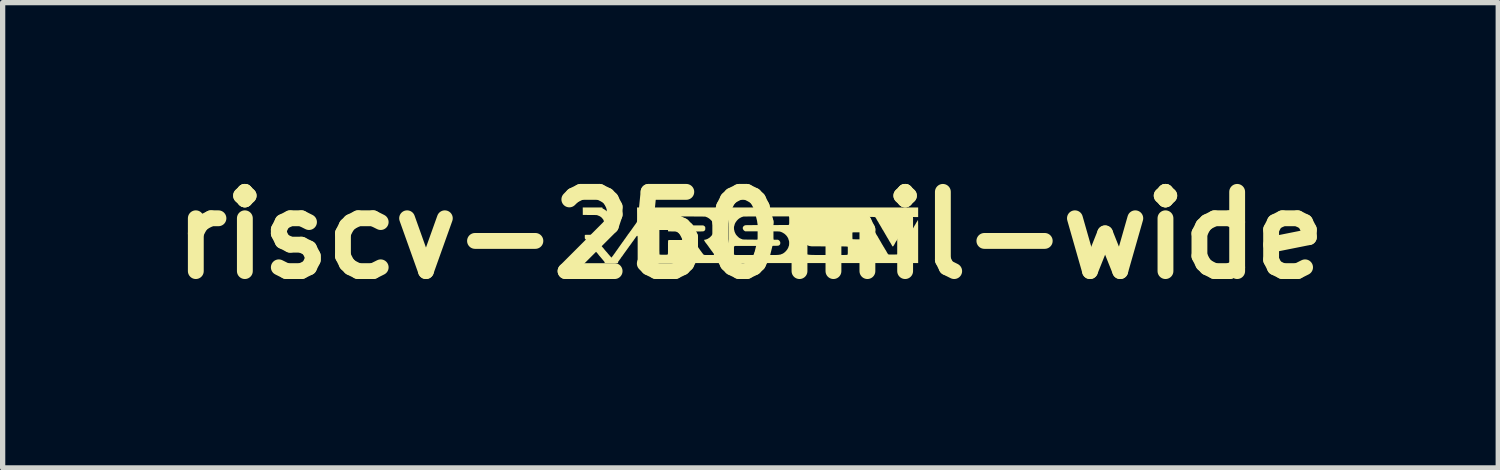
<source format=kicad_pcb>
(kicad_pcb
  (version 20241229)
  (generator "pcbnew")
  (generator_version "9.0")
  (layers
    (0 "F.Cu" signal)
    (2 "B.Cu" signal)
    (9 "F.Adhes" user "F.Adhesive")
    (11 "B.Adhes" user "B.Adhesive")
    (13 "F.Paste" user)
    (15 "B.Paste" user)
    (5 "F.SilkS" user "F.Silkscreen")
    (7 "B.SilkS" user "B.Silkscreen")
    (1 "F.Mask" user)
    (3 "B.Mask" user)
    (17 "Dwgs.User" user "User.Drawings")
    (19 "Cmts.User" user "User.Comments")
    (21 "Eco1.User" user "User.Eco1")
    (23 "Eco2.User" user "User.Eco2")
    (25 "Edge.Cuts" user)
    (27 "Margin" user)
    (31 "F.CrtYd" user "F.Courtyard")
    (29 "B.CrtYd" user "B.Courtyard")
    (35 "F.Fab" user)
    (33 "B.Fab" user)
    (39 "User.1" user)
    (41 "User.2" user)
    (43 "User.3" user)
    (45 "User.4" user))
  (footprint "riscv-250mil-wide"
    (layer "F.Cu")
    (at 11.157 1.404)
    (property "Reference" "riscv-250mil-wide" (at 0 0 0) (layer "F.SilkS") (effects (font (size 1.5 1.5) (thickness 0.3))))
    (attr board_only exclude_from_pos_files exclude_from_bom)
    (fp_poly (pts (xy -0.882 -0.18) (xy -0.87 -0.172) (xy -0.862 -0.165) (xy -0.857 -0.156) (xy -0.855 -0.145) (xy -0.855 -0.131) (xy -0.855 -0.119) (xy -0.856 -0.11) (xy -0.857 -0.104) (xy -0.86 -0.099) (xy -0.865 -0.093) (xy -0.867 -0.09) (xy -0.869 -0.087) (xy -0.872 -0.084) (xy -0.874 -0.082) (xy -0.877 -0.08) (xy -0.881 -0.078) (xy -0.886 -0.077) (xy -0.893 -0.075) (xy -0.902 -0.074) (xy -0.913 -0.073) (xy -0.927 -0.073) (xy -0.944 -0.072) (xy -0.964 -0.072) (xy -0.987 -0.072) (xy -1.015 -0.071) (xy -1.047 -0.071) (xy -1.083 -0.071) (xy -1.124 -0.071) (xy -1.171 -0.071) (xy -1.223 -0.071) (xy -1.224 -0.071) (xy -1.268 -0.071) (xy -1.31 -0.071) (xy -1.35 -0.072) (xy -1.388 -0.072) (xy -1.423 -0.072) (xy -1.454 -0.072) (xy -1.483 -0.072) (xy -1.507 -0.073) (xy -1.527 -0.073) (xy -1.542 -0.073) (xy -1.552 -0.073) (xy -1.557 -0.074) (xy -1.557 -0.074) (xy -1.559 -0.076) (xy -1.56 -0.082) (xy -1.56 -0.091) (xy -1.561 -0.105) (xy -1.561 -0.125) (xy -1.561 -0.129) (xy -1.561 -0.146) (xy -1.561 -0.161) (xy -1.56 -0.173) (xy -1.56 -0.181) (xy -1.559 -0.184) (xy -1.556 -0.185) (xy -1.547 -0.185) (xy -1.532 -0.186) (xy -1.511 -0.186) (xy -1.485 -0.186) (xy -1.453 -0.187) (xy -1.416 -0.187) (xy -1.373 -0.187) (xy -1.325 -0.187) (xy -1.272 -0.187) (xy -1.226 -0.187) (xy -0.894 -0.187)) (stroke (width 0) (type solid)) (fill yes) (layer "F.SilkS"))
    (fp_poly (pts (xy -2.803 -0.519) (xy -2.801 -0.511) (xy -2.793 -0.504) (xy -2.786 -0.501) (xy -2.775 -0.495) (xy -2.761 -0.487) (xy -2.746 -0.476) (xy -2.73 -0.463) (xy -2.714 -0.45) (xy -2.699 -0.437) (xy -2.688 -0.425) (xy -2.68 -0.415) (xy -2.658 -0.38) (xy -2.641 -0.346) (xy -2.627 -0.311) (xy -2.618 -0.276) (xy -2.613 -0.241) (xy -2.612 -0.229) (xy -2.611 -0.214) (xy -2.612 -0.197) (xy -2.612 -0.18) (xy -2.613 -0.164) (xy -2.614 -0.149) (xy -2.615 -0.139) (xy -2.617 -0.134) (xy -2.619 -0.127) (xy -2.621 -0.117) (xy -2.623 -0.105) (xy -2.624 -0.105) (xy -2.626 -0.092) (xy -2.63 -0.081) (xy -2.633 -0.073) (xy -2.634 -0.073) (xy -2.638 -0.065) (xy -2.641 -0.057) (xy -2.641 -0.057) (xy -2.644 -0.051) (xy -2.649 -0.041) (xy -2.655 -0.029) (xy -2.662 -0.017) (xy -2.669 -0.006) (xy -2.674 0.001) (xy -2.679 0.007) (xy -2.687 0.016) (xy -2.698 0.027) (xy -2.709 0.038) (xy -2.719 0.048) (xy -2.728 0.056) (xy -2.731 0.059) (xy -2.749 0.071) (xy -2.769 0.084) (xy -2.792 0.096) (xy -2.816 0.107) (xy -2.838 0.116) (xy -2.858 0.122) (xy -2.867 0.123) (xy -2.874 0.125) (xy -2.878 0.127) (xy -2.878 0.128) (xy -2.876 0.133) (xy -2.872 0.141) (xy -2.865 0.151) (xy -2.858 0.16) (xy -2.855 0.164) (xy -2.845 0.174) (xy -2.833 0.188) (xy -2.819 0.205) (xy -2.804 0.222) (xy -2.79 0.238) (xy -2.777 0.253) (xy -2.77 0.262) (xy -2.759 0.276) (xy -2.746 0.291) (xy -2.734 0.305) (xy -2.73 0.31) (xy -2.72 0.32) (xy -2.709 0.333) (xy -2.698 0.347) (xy -2.686 0.361) (xy -2.675 0.373) (xy -2.666 0.384) (xy -2.659 0.392) (xy -2.658 0.393) (xy -2.653 0.399) (xy -2.646 0.406) (xy -2.644 0.409) (xy -2.638 0.416) (xy -2.634 0.421) (xy -2.634 0.423) (xy -2.632 0.422) (xy -2.628 0.418) (xy -2.621 0.41) (xy -2.614 0.4) (xy -2.605 0.389) (xy -2.597 0.379) (xy -2.588 0.365) (xy -2.581 0.355) (xy -2.575 0.348) (xy -2.571 0.342) (xy -2.567 0.338) (xy -2.561 0.33) (xy -2.558 0.324) (xy -2.555 0.319) (xy -2.549 0.31) (xy -2.541 0.299) (xy -2.532 0.287) (xy -2.53 0.285) (xy -2.521 0.272) (xy -2.513 0.26) (xy -2.506 0.251) (xy -2.502 0.245) (xy -2.502 0.245) (xy -2.498 0.238) (xy -2.491 0.229) (xy -2.485 0.22) (xy -2.478 0.21) (xy -2.47 0.2) (xy -2.466 0.193) (xy -2.459 0.184) (xy -2.453 0.175) (xy -2.452 0.174) (xy -2.447 0.166) (xy -2.44 0.157) (xy -2.432 0.146) (xy -2.432 0.145) (xy -2.425 0.135) (xy -2.419 0.127) (xy -2.414 0.122) (xy -2.414 0.121) (xy -2.41 0.116) (xy -2.404 0.108) (xy -2.402 0.104) (xy -2.396 0.095) (xy -2.388 0.084) (xy -2.383 0.076) (xy -2.375 0.066) (xy -2.366 0.054) (xy -2.357 0.041) (xy -2.356 0.038) (xy -2.348 0.027) (xy -2.341 0.018) (xy -2.336 0.011) (xy -2.334 0.009) (xy -2.33 0.004) (xy -2.328 -0.001) (xy -2.326 -0.005) (xy -2.321 -0.012) (xy -2.315 -0.02) (xy -1.724 -0.02) (xy -1.724 0.006) (xy -1.724 0.06) (xy -1.724 0.108) (xy -1.724 0.151) (xy -1.724 0.189) (xy -1.724 0.222) (xy -1.724 0.251) (xy -1.724 0.276) (xy -1.724 0.297) (xy -1.723 0.314) (xy -1.723 0.328) (xy -1.723 0.34) (xy -1.722 0.348) (xy -1.722 0.355) (xy -1.721 0.359) (xy -1.721 0.362) (xy -1.72 0.364) (xy -1.72 0.365) (xy -1.715 0.366) (xy -1.704 0.367) (xy -1.687 0.368) (xy -1.664 0.368) (xy -1.647 0.368) (xy -1.623 0.368) (xy -1.605 0.368) (xy -1.59 0.368) (xy -1.58 0.367) (xy -1.573 0.365) (xy -1.568 0.363) (xy -1.565 0.361) (xy -1.563 0.359) (xy -1.563 0.355) (xy -1.562 0.346) (xy -1.562 0.332) (xy -1.561 0.315) (xy -1.561 0.294) (xy -1.561 0.27) (xy -1.561 0.244) (xy -1.561 0.227) (xy -1.561 0.196) (xy -1.561 0.171) (xy -1.561 0.15) (xy -1.56 0.133) (xy -1.56 0.121) (xy -1.56 0.111) (xy -1.559 0.105) (xy -1.558 0.1) (xy -1.557 0.097) (xy -1.556 0.095) (xy -1.555 0.094) (xy -1.554 0.093) (xy -1.552 0.092) (xy -1.548 0.092) (xy -1.543 0.091) (xy -1.536 0.09) (xy -1.527 0.09) (xy -1.515 0.09) (xy -1.499 0.089) (xy -1.48 0.089) (xy -1.457 0.089) (xy -1.429 0.089) (xy -1.397 0.089) (xy -1.36 0.089) (xy -1.326 0.089) (xy -1.29 0.089) (xy -1.256 0.089) (xy -1.224 0.089) (xy -1.194 0.09) (xy -1.167 0.09) (xy -1.144 0.09) (xy -1.125 0.091) (xy -1.11 0.091) (xy -1.101 0.091) (xy -1.096 0.092) (xy -1.096 0.092) (xy -1.09 0.096) (xy -1.083 0.102) (xy -1.081 0.104) (xy -1.075 0.112) (xy -1.068 0.122) (xy -1.059 0.133) (xy -1.051 0.144) (xy -1.043 0.155) (xy -1.037 0.163) (xy -1.033 0.169) (xy -1.032 0.171) (xy -1.03 0.174) (xy -1.026 0.18) (xy -1.02 0.188) (xy -1.014 0.195) (xy -1.009 0.201) (xy -1.009 0.202) (xy -1.005 0.206) (xy -1.005 0.208) (xy -1.004 0.21) (xy -1.001 0.215) (xy -0.995 0.222) (xy -0.986 0.232) (xy -0.986 0.233) (xy -0.982 0.238) (xy -0.981 0.24) (xy -0.979 0.244) (xy -0.975 0.25) (xy -0.972 0.253) (xy -0.967 0.259) (xy -0.964 0.264) (xy -0.963 0.265) (xy -0.961 0.269) (xy -0.956 0.276) (xy -0.949 0.286) (xy -0.941 0.296) (xy -0.937 0.301) (xy -0.932 0.308) (xy -0.931 0.31) (xy -0.917 0.329) (xy -0.905 0.345) (xy -0.895 0.357) (xy -0.887 0.366) (xy -0.883 0.369) (xy -0.88 0.37) (xy -0.876 0.371) (xy -0.87 0.372) (xy -0.861 0.373) (xy -0.849 0.374) (xy -0.832 0.374) (xy -0.812 0.374) (xy -0.786 0.374) (xy -0.76 0.374) (xy -0.74 0.374) (xy -0.725 0.374) (xy -0.713 0.374) (xy -0.705 0.374) (xy -0.699 0.373) (xy -0.696 0.372) (xy -0.694 0.371) (xy -0.693 0.369) (xy -0.693 0.369) (xy -0.69 0.363) (xy -0.69 0.36) (xy -0.586 0.36) (xy -0.578 0.367) (xy -0.571 0.375) (xy -0.499 0.375) (xy -0.476 0.375) (xy -0.458 0.374) (xy -0.445 0.374) (xy -0.436 0.374) (xy -0.429 0.373) (xy -0.425 0.372) (xy -0.422 0.37) (xy -0.422 0.37) (xy -0.421 0.369) (xy -0.42 0.367) (xy -0.419 0.365) (xy -0.419 0.362) (xy -0.312 0.362) (xy -0.304 0.368) (xy -0.303 0.369) (xy -0.301 0.37) (xy -0.299 0.371) (xy -0.297 0.371) (xy -0.293 0.372) (xy -0.287 0.372) (xy -0.28 0.373) (xy -0.271 0.373) (xy -0.26 0.373) (xy -0.246 0.374) (xy -0.229 0.374) (xy -0.209 0.374) (xy -0.185 0.374) (xy -0.158 0.374) (xy -0.126 0.374) (xy -0.09 0.374) (xy -0.049 0.374) (xy -0.003 0.374) (xy 0.048 0.374) (xy 0.1 0.375) (xy 0.157 0.375) (xy 0.209 0.375) (xy 0.256 0.374) (xy 0.298 0.374) (xy 0.335 0.374) (xy 0.367 0.374) (xy 0.396 0.374) (xy 0.421 0.374) (xy 0.443 0.374) (xy 0.462 0.373) (xy 0.478 0.373) (xy 0.491 0.373) (xy 0.503 0.372) (xy 0.512 0.372) (xy 0.521 0.371) (xy 0.528 0.371) (xy 0.534 0.37) (xy 0.535 0.37) (xy 0.554 0.367) (xy 0.568 0.365) (xy 0.578 0.362) (xy 0.583 0.359) (xy 0.591 0.355) (xy 0.597 0.354) (xy 0.597 0.354) (xy 0.603 0.352) (xy 0.61 0.348) (xy 0.616 0.344) (xy 0.62 0.342) (xy 0.62 0.342) (xy 0.624 0.34) (xy 0.632 0.335) (xy 0.641 0.328) (xy 0.651 0.319) (xy 0.661 0.31) (xy 0.669 0.302) (xy 0.675 0.296) (xy 0.678 0.292) (xy 0.678 0.292) (xy 0.68 0.288) (xy 0.683 0.285) (xy 0.69 0.278) (xy 0.698 0.266) (xy 0.706 0.252) (xy 0.714 0.238) (xy 0.719 0.224) (xy 0.721 0.217) (xy 0.724 0.208) (xy 0.727 0.2) (xy 0.73 0.194) (xy 0.731 0.183) (xy 0.732 0.169) (xy 0.733 0.153) (xy 0.733 0.138) (xy 0.732 0.123) (xy 0.731 0.111) (xy 0.729 0.103) (xy 0.728 0.101) (xy 0.724 0.093) (xy 0.721 0.083) (xy 0.721 0.08) (xy 0.717 0.066) (xy 0.709 0.049) (xy 0.699 0.032) (xy 0.688 0.016) (xy 0.8 0.016) (xy 0.8 0.018) (xy 0.801 0.034) (xy 0.803 0.051) (xy 0.805 0.069) (xy 0.808 0.086) (xy 0.81 0.102) (xy 0.813 0.114) (xy 0.815 0.122) (xy 0.816 0.123) (xy 0.819 0.131) (xy 0.822 0.139) (xy 0.824 0.146) (xy 0.829 0.157) (xy 0.835 0.17) (xy 0.842 0.184) (xy 0.849 0.197) (xy 0.855 0.207) (xy 0.858 0.212) (xy 0.869 0.227) (xy 0.88 0.241) (xy 0.891 0.254) (xy 0.9 0.263) (xy 0.901 0.264) (xy 0.909 0.272) (xy 0.919 0.281) (xy 0.923 0.286) (xy 0.93 0.292) (xy 0.936 0.296) (xy 0.938 0.297) (xy 0.942 0.299) (xy 0.947 0.304) (xy 0.948 0.305) (xy 0.955 0.311) (xy 0.962 0.314) (xy 0.967 0.316) (xy 0.969 0.319) (xy 0.972 0.321) (xy 0.978 0.325) (xy 0.982 0.327) (xy 0.99 0.331) (xy 0.997 0.334) (xy 0.999 0.335) (xy 1.027 0.349) (xy 1.057 0.359) (xy 1.091 0.366) (xy 1.118 0.37) (xy 1.128 0.37) (xy 1.142 0.371) (xy 1.162 0.372) (xy 1.185 0.372) (xy 1.213 0.373) (xy 1.243 0.373) (xy 1.276 0.373) (xy 1.312 0.374) (xy 1.349 0.374) (xy 1.388 0.374) (xy 1.428 0.374) (xy 1.468 0.374) (xy 1.508 0.375) (xy 1.548 0.374) (xy 1.587 0.374) (xy 1.625 0.374) (xy 1.661 0.374) (xy 1.695 0.374) (xy 1.726 0.373) (xy 1.754 0.373) (xy 1.778 0.373) (xy 1.799 0.372) (xy 1.814 0.372) (xy 1.825 0.371) (xy 1.831 0.37) (xy 1.831 0.37) (xy 1.838 0.366) (xy 1.841 0.361) (xy 1.842 0.357) (xy 1.842 0.348) (xy 1.843 0.334) (xy 1.843 0.317) (xy 1.843 0.299) (xy 1.843 0.288) (xy 1.843 0.22) (xy 1.836 0.215) (xy 1.834 0.215) (xy 1.832 0.214) (xy 1.828 0.213) (xy 1.822 0.213) (xy 1.815 0.213) (xy 1.805 0.212) (xy 1.793 0.212) (xy 1.777 0.212) (xy 1.759 0.211) (xy 1.736 0.211) (xy 1.71 0.211) (xy 1.68 0.211) (xy 1.645 0.211) (xy 1.605 0.211) (xy 1.56 0.211) (xy 1.509 0.211) (xy 1.499 0.211) (xy 1.455 0.211) (xy 1.412 0.211) (xy 1.371 0.211) (xy 1.332 0.21) (xy 1.296 0.21) (xy 1.263 0.21) (xy 1.233 0.21) (xy 1.207 0.21) (xy 1.185 0.209) (xy 1.168 0.209) (xy 1.156 0.209) (xy 1.149 0.208) (xy 1.149 0.208) (xy 1.128 0.205) (xy 1.109 0.201) (xy 1.093 0.196) (xy 1.082 0.19) (xy 1.081 0.19) (xy 1.074 0.186) (xy 1.067 0.184) (xy 1.066 0.184) (xy 1.061 0.182) (xy 1.06 0.18) (xy 1.056 0.176) (xy 1.049 0.172) (xy 1.043 0.169) (xy 1.041 0.166) (xy 1.04 0.166) (xy 1.038 0.163) (xy 1.032 0.159) (xy 1.03 0.157) (xy 1.023 0.152) (xy 1.019 0.147) (xy 1.018 0.146) (xy 1.016 0.141) (xy 1.01 0.134) (xy 1.003 0.127) (xy 0.996 0.119) (xy 0.992 0.113) (xy 0.99 0.109) (xy 0.988 0.104) (xy 0.986 0.101) (xy 0.982 0.096) (xy 0.978 0.088) (xy 0.977 0.083) (xy 0.973 0.073) (xy 0.97 0.066) (xy 0.968 0.063) (xy 0.967 0.059) (xy 0.966 0.051) (xy 0.965 0.037) (xy 0.965 0.019) (xy 0.965 0.012) (xy 0.965 -0.006) (xy 0.965 -0.019) (xy 0.966 -0.029) (xy 0.966 -0.031) (xy 1.93 -0.031) (xy 1.93 -0.017) (xy 1.93 0.001) (xy 1.93 0.011) (xy 1.93 0.032) (xy 1.931 0.048) (xy 1.931 0.059) (xy 1.932 0.067) (xy 1.933 0.072) (xy 1.935 0.074) (xy 1.935 0.074) (xy 1.939 0.075) (xy 1.948 0.075) (xy 1.962 0.076) (xy 1.979 0.076) (xy 1.999 0.077) (xy 2.022 0.077) (xy 2.046 0.077) (xy 2.071 0.077) (xy 2.097 0.077) (xy 2.121 0.077) (xy 2.145 0.077) (xy 2.167 0.077) (xy 2.186 0.077) (xy 2.201 0.076) (xy 2.212 0.076) (xy 2.219 0.076) (xy 2.22 0.075) (xy 2.226 0.071) (xy 2.228 0.067) (xy 2.229 0.063) (xy 2.23 0.053) (xy 2.23 0.039) (xy 2.23 0.023) (xy 2.23 0.006) (xy 2.23 -0.015) (xy 2.229 -0.03) (xy 2.229 -0.041) (xy 2.228 -0.048) (xy 2.226 -0.052) (xy 2.226 -0.053) (xy 2.224 -0.054) (xy 2.22 -0.054) (xy 2.213 -0.055) (xy 2.204 -0.056) (xy 2.191 -0.056) (xy 2.174 -0.056) (xy 2.153 -0.056) (xy 2.126 -0.057) (xy 2.095 -0.057) (xy 2.081 -0.057) (xy 2.043 -0.056) (xy 2.011 -0.056) (xy 1.984 -0.056) (xy 1.963 -0.055) (xy 1.948 -0.055) (xy 1.938 -0.054) (xy 1.935 -0.053) (xy 1.933 -0.052) (xy 1.931 -0.05) (xy 1.93 -0.046) (xy 1.93 -0.04) (xy 1.93 -0.031) (xy 0.966 -0.031) (xy 0.967 -0.037) (xy 0.969 -0.044) (xy 0.972 -0.051) (xy 0.973 -0.054) (xy 0.983 -0.076) (xy 0.993 -0.095) (xy 1.006 -0.111) (xy 1.021 -0.128) (xy 1.021 -0.129) (xy 1.031 -0.138) (xy 1.038 -0.145) (xy 1.046 -0.15) (xy 1.056 -0.156) (xy 1.057 -0.157) (xy 1.064 -0.162) (xy 1.07 -0.167) (xy 1.077 -0.171) (xy 1.085 -0.174) (xy 1.086 -0.174) (xy 1.096 -0.177) (xy 1.104 -0.181) (xy 1.106 -0.182) (xy 1.109 -0.182) (xy 1.113 -0.183) (xy 1.118 -0.183) (xy 1.125 -0.184) (xy 1.134 -0.184) (xy 1.146 -0.185) (xy 1.161 -0.185) (xy 1.178 -0.185) (xy 1.199 -0.186) (xy 1.224 -0.186) (xy 1.253 -0.186) (xy 1.286 -0.186) (xy 1.324 -0.187) (xy 1.366 -0.187) (xy 1.414 -0.187) (xy 1.468 -0.187) (xy 1.472 -0.187) (xy 1.526 -0.188) (xy 1.574 -0.188) (xy 1.617 -0.188) (xy 1.655 -0.188) (xy 1.688 -0.188) (xy 1.717 -0.189) (xy 1.741 -0.189) (xy 1.762 -0.189) (xy 1.78 -0.189) (xy 1.794 -0.19) (xy 1.806 -0.19) (xy 1.815 -0.19) (xy 1.822 -0.191) (xy 1.828 -0.191) (xy 1.831 -0.192) (xy 1.834 -0.193) (xy 1.835 -0.193) (xy 1.836 -0.194) (xy 1.838 -0.196) (xy 1.839 -0.2) (xy 1.84 -0.205) (xy 1.841 -0.213) (xy 1.842 -0.224) (xy 1.842 -0.24) (xy 1.842 -0.26) (xy 1.843 -0.269) (xy 1.843 -0.291) (xy 1.843 -0.308) (xy 1.843 -0.32) (xy 1.843 -0.329) (xy 1.842 -0.335) (xy 1.841 -0.34) (xy 1.839 -0.343) (xy 1.837 -0.345) (xy 1.837 -0.346) (xy 1.83 -0.354) (xy 1.476 -0.354) (xy 1.415 -0.354) (xy 1.36 -0.354) (xy 1.31 -0.353) (xy 1.265 -0.353) (xy 1.226 -0.353) (xy 1.192 -0.353) (xy 1.164 -0.352) (xy 1.142 -0.352) (xy 1.126 -0.352) (xy 1.115 -0.351) (xy 1.11 -0.351) (xy 1.101 -0.348) (xy 1.089 -0.346) (xy 1.076 -0.343) (xy 1.075 -0.343) (xy 1.063 -0.341) (xy 1.053 -0.338) (xy 1.046 -0.335) (xy 1.046 -0.335) (xy 1.038 -0.331) (xy 1.03 -0.329) (xy 1.021 -0.325) (xy 1.015 -0.321) (xy 1.009 -0.316) (xy 1.005 -0.315) (xy 1 -0.313) (xy 0.992 -0.309) (xy 0.99 -0.308) (xy 0.983 -0.303) (xy 0.977 -0.3) (xy 0.976 -0.3) (xy 0.971 -0.298) (xy 0.97 -0.296) (xy 0.967 -0.292) (xy 0.965 -0.291) (xy 0.961 -0.289) (xy 0.953 -0.283) (xy 0.943 -0.275) (xy 0.931 -0.264) (xy 0.918 -0.251) (xy 0.904 -0.238) (xy 0.892 -0.225) (xy 0.881 -0.213) (xy 0.871 -0.202) (xy 0.865 -0.194) (xy 0.862 -0.189) (xy 0.862 -0.188) (xy 0.86 -0.184) (xy 0.857 -0.181) (xy 0.853 -0.176) (xy 0.849 -0.168) (xy 0.849 -0.168) (xy 0.845 -0.161) (xy 0.839 -0.151) (xy 0.834 -0.141) (xy 0.829 -0.13) (xy 0.824 -0.119) (xy 0.822 -0.112) (xy 0.82 -0.102) (xy 0.816 -0.095) (xy 0.816 -0.094) (xy 0.813 -0.087) (xy 0.811 -0.078) (xy 0.81 -0.071) (xy 0.808 -0.06) (xy 0.806 -0.046) (xy 0.804 -0.033) (xy 0.801 -0.01) (xy 0.8 0.016) (xy 0.688 0.016) (xy 0.687 0.015) (xy 0.674 -0.001) (xy 0.671 -0.003) (xy 0.659 -0.015) (xy 0.65 -0.023) (xy 0.644 -0.028) (xy 0.638 -0.032) (xy 0.635 -0.033) (xy 0.63 -0.036) (xy 0.627 -0.039) (xy 0.624 -0.041) (xy 0.616 -0.046) (xy 0.602 -0.053) (xy 0.583 -0.062) (xy 0.583 -0.062) (xy 0.572 -0.066) (xy 0.559 -0.069) (xy 0.55 -0.071) (xy 0.543 -0.072) (xy 0.531 -0.072) (xy 0.513 -0.073) (xy 0.489 -0.073) (xy 0.46 -0.073) (xy 0.426 -0.074) (xy 0.386 -0.074) (xy 0.342 -0.074) (xy 0.292 -0.074) (xy 0.238 -0.075) (xy 0.216 -0.075) (xy -0.1 -0.075) (xy -0.113 -0.083) (xy -0.125 -0.092) (xy -0.135 -0.105) (xy -0.142 -0.12) (xy -0.146 -0.134) (xy -0.146 -0.137) (xy -0.143 -0.152) (xy -0.135 -0.166) (xy -0.123 -0.178) (xy -0.107 -0.187) (xy -0.094 -0.19) (xy -0.089 -0.191) (xy -0.078 -0.191) (xy -0.062 -0.192) (xy -0.04 -0.192) (xy -0.014 -0.192) (xy 0.018 -0.192) (xy 0.054 -0.193) (xy 0.094 -0.193) (xy 0.139 -0.193) (xy 0.187 -0.193) (xy 0.239 -0.193) (xy 0.295 -0.193) (xy 0.319 -0.193) (xy 0.384 -0.193) (xy 0.443 -0.193) (xy 0.497 -0.193) (xy 0.545 -0.194) (xy 0.587 -0.194) (xy 0.623 -0.194) (xy 0.654 -0.194) (xy 0.678 -0.195) (xy 0.698 -0.195) (xy 0.712 -0.195) (xy 0.72 -0.196) (xy 0.722 -0.196) (xy 0.729 -0.201) (xy 0.731 -0.205) (xy 0.732 -0.21) (xy 0.733 -0.219) (xy 0.734 -0.233) (xy 0.734 -0.249) (xy 0.734 -0.267) (xy 0.734 -0.285) (xy 0.734 -0.303) (xy 0.734 -0.32) (xy 0.733 -0.334) (xy 0.732 -0.344) (xy 0.731 -0.349) (xy 0.728 -0.357) (xy 0.303 -0.357) (xy 0.252 -0.357) (xy 0.204 -0.357) (xy 0.157 -0.356) (xy 0.113 -0.356) (xy 0.071 -0.356) (xy 0.031 -0.356) (xy -0.004 -0.356) (xy -0.037 -0.356) (xy -0.065 -0.355) (xy -0.089 -0.355) (xy -0.109 -0.355) (xy -0.124 -0.355) (xy -0.133 -0.354) (xy -0.136 -0.354) (xy -0.145 -0.352) (xy -0.15 -0.349) (xy -0.151 -0.349) (xy -0.155 -0.346) (xy -0.162 -0.344) (xy -0.164 -0.344) (xy -0.173 -0.341) (xy -0.179 -0.338) (xy -0.179 -0.338) (xy -0.185 -0.334) (xy -0.19 -0.331) (xy -0.198 -0.328) (xy -0.206 -0.323) (xy -0.206 -0.322) (xy -0.212 -0.318) (xy -0.216 -0.315) (xy -0.217 -0.315) (xy -0.22 -0.313) (xy -0.226 -0.308) (xy -0.235 -0.3) (xy -0.244 -0.291) (xy -0.252 -0.282) (xy -0.26 -0.274) (xy -0.263 -0.269) (xy -0.281 -0.244) (xy -0.293 -0.222) (xy -0.3 -0.202) (xy -0.302 -0.194) (xy -0.304 -0.185) (xy -0.306 -0.178) (xy -0.307 -0.176) (xy -0.309 -0.17) (xy -0.311 -0.16) (xy -0.312 -0.147) (xy -0.312 -0.133) (xy -0.311 -0.12) (xy -0.31 -0.108) (xy -0.308 -0.1) (xy -0.305 -0.089) (xy -0.302 -0.076) (xy -0.302 -0.074) (xy -0.299 -0.064) (xy -0.294 -0.053) (xy -0.29 -0.043) (xy -0.284 -0.032) (xy -0.279 -0.022) (xy -0.276 -0.016) (xy -0.272 -0.011) (xy -0.265 -0.002) (xy -0.256 0.008) (xy -0.246 0.019) (xy -0.235 0.029) (xy -0.226 0.038) (xy -0.219 0.044) (xy -0.219 0.045) (xy -0.209 0.051) (xy -0.197 0.058) (xy -0.184 0.064) (xy -0.174 0.069) (xy -0.169 0.07) (xy -0.16 0.073) (xy -0.152 0.077) (xy -0.152 0.077) (xy -0.15 0.078) (xy -0.148 0.078) (xy -0.144 0.079) (xy -0.139 0.08) (xy -0.131 0.08) (xy -0.122 0.08) (xy -0.11 0.081) (xy -0.095 0.081) (xy -0.077 0.081) (xy -0.055 0.082) (xy -0.03 0.082) (xy -0.000372 0.082) (xy 0.034 0.082) (xy 0.073 0.083) (xy 0.117 0.083) (xy 0.167 0.083) (xy 0.189 0.083) (xy 0.522 0.085) (xy 0.536 0.093) (xy 0.545 0.1) (xy 0.552 0.107) (xy 0.553 0.11) (xy 0.557 0.117) (xy 0.561 0.122) (xy 0.563 0.127) (xy 0.565 0.138) (xy 0.565 0.146) (xy 0.564 0.16) (xy 0.561 0.171) (xy 0.554 0.18) (xy 0.544 0.189) (xy 0.529 0.197) (xy 0.526 0.197) (xy 0.52 0.198) (xy 0.51 0.198) (xy 0.496 0.199) (xy 0.478 0.199) (xy 0.456 0.199) (xy 0.43 0.2) (xy 0.399 0.2) (xy 0.364 0.2) (xy 0.324 0.201) (xy 0.28 0.201) (xy 0.23 0.201) (xy 0.176 0.201) (xy 0.116 0.202) (xy 0.052 0.202) (xy -0.019 0.202) (xy -0.094 0.202) (xy -0.176 0.202) (xy -0.263 0.202) (xy -0.294 0.202) (xy -0.297 0.204) (xy -0.303 0.208) (xy -0.304 0.21) (xy -0.312 0.217) (xy -0.312 0.29) (xy -0.312 0.362) (xy -0.419 0.362) (xy -0.419 0.362) (xy -0.418 0.357) (xy -0.418 0.35) (xy -0.418 0.341) (xy -0.417 0.33) (xy -0.417 0.316) (xy -0.417 0.299) (xy -0.417 0.279) (xy -0.416 0.255) (xy -0.416 0.227) (xy -0.416 0.194) (xy -0.416 0.157) (xy -0.416 0.115) (xy -0.416 0.068) (xy -0.416 0.015) (xy -0.416 0.011) (xy -0.416 -0.051) (xy -0.416 -0.106) (xy -0.416 -0.156) (xy -0.417 -0.2) (xy -0.417 -0.239) (xy -0.417 -0.271) (xy -0.417 -0.298) (xy -0.418 -0.319) (xy -0.418 -0.334) (xy -0.419 -0.344) (xy -0.419 -0.348) (xy -0.419 -0.348) (xy -0.42 -0.35) (xy -0.423 -0.351) (xy -0.426 -0.352) (xy -0.432 -0.353) (xy -0.44 -0.353) (xy -0.453 -0.354) (xy -0.469 -0.354) (xy -0.491 -0.354) (xy -0.499 -0.354) (xy -0.523 -0.354) (xy -0.541 -0.354) (xy -0.555 -0.353) (xy -0.565 -0.353) (xy -0.572 -0.352) (xy -0.576 -0.351) (xy -0.579 -0.35) (xy -0.58 -0.349) (xy -0.581 -0.347) (xy -0.581 -0.344) (xy -0.582 -0.339) (xy -0.582 -0.331) (xy -0.583 -0.321) (xy -0.583 -0.308) (xy -0.583 -0.292) (xy -0.584 -0.272) (xy -0.584 -0.248) (xy -0.584 -0.221) (xy -0.584 -0.189) (xy -0.584 -0.152) (xy -0.585 -0.111) (xy -0.585 -0.064) (xy -0.585 -0.011) (xy -0.585 0.008) (xy -0.586 0.36) (xy -0.69 0.36) (xy -0.69 0.357) (xy -0.693 0.351) (xy -0.699 0.343) (xy -0.707 0.335) (xy -0.711 0.329) (xy -0.713 0.325) (xy -0.713 0.325) (xy -0.715 0.32) (xy -0.719 0.315) (xy -0.725 0.308) (xy -0.732 0.299) (xy -0.734 0.296) (xy -0.741 0.287) (xy -0.746 0.28) (xy -0.748 0.278) (xy -0.753 0.271) (xy -0.758 0.263) (xy -0.758 0.263) (xy -0.763 0.256) (xy -0.77 0.246) (xy -0.776 0.238) (xy -0.784 0.228) (xy -0.791 0.217) (xy -0.795 0.211) (xy -0.809 0.192) (xy -0.82 0.177) (xy -0.829 0.165) (xy -0.837 0.155) (xy -0.844 0.147) (xy -0.849 0.142) (xy -0.85 0.138) (xy -0.852 0.134) (xy -0.856 0.129) (xy -0.861 0.124) (xy -0.862 0.121) (xy -0.864 0.116) (xy -0.868 0.11) (xy -0.87 0.109) (xy -0.875 0.099) (xy -0.876 0.092) (xy -0.875 0.088) (xy -0.873 0.086) (xy -0.867 0.084) (xy -0.858 0.083) (xy -0.845 0.081) (xy -0.834 0.077) (xy -0.828 0.075) (xy -0.82 0.071) (xy -0.813 0.069) (xy -0.811 0.068) (xy -0.806 0.066) (xy -0.801 0.062) (xy -0.796 0.058) (xy -0.792 0.056) (xy -0.787 0.054) (xy -0.779 0.048) (xy -0.768 0.04) (xy -0.757 0.029) (xy -0.746 0.017) (xy -0.735 0.005) (xy -0.725 -0.006) (xy -0.718 -0.016) (xy -0.714 -0.023) (xy -0.713 -0.026) (xy -0.711 -0.03) (xy -0.709 -0.033) (xy -0.706 -0.038) (xy -0.702 -0.046) (xy -0.701 -0.049) (xy -0.698 -0.058) (xy -0.695 -0.066) (xy -0.694 -0.067) (xy -0.691 -0.076) (xy -0.688 -0.089) (xy -0.686 -0.106) (xy -0.685 -0.124) (xy -0.686 -0.144) (xy -0.687 -0.163) (xy -0.688 -0.178) (xy -0.69 -0.19) (xy -0.692 -0.199) (xy -0.694 -0.204) (xy -0.698 -0.211) (xy -0.7 -0.218) (xy -0.702 -0.224) (xy -0.706 -0.232) (xy -0.713 -0.242) (xy -0.722 -0.257) (xy -0.723 -0.258) (xy -0.736 -0.275) (xy -0.753 -0.292) (xy -0.77 -0.308) (xy -0.789 -0.322) (xy -0.807 -0.333) (xy -0.823 -0.341) (xy -0.831 -0.344) (xy -0.84 -0.347) (xy -0.847 -0.351) (xy -0.849 -0.351) (xy -0.851 -0.352) (xy -0.854 -0.352) (xy -0.859 -0.353) (xy -0.866 -0.353) (xy -0.875 -0.354) (xy -0.886 -0.354) (xy -0.9 -0.354) (xy -0.917 -0.355) (xy -0.937 -0.355) (xy -0.96 -0.355) (xy -0.988 -0.355) (xy -1.019 -0.355) (xy -1.054 -0.355) (xy -1.095 -0.356) (xy -1.14 -0.356) (xy -1.19 -0.356) (xy -1.246 -0.356) (xy -1.286 -0.356) (xy -1.346 -0.356) (xy -1.4 -0.356) (xy -1.449 -0.356) (xy -1.493 -0.356) (xy -1.532 -0.356) (xy -1.567 -0.356) (xy -1.597 -0.356) (xy -1.623 -0.356) (xy -1.645 -0.356) (xy -1.664 -0.356) (xy -1.68 -0.355) (xy -1.692 -0.355) (xy -1.702 -0.355) (xy -1.71 -0.354) (xy -1.715 -0.354) (xy -1.719 -0.354) (xy -1.72 -0.353) (xy -1.721 -0.353) (xy -1.722 -0.35) (xy -1.722 -0.345) (xy -1.722 -0.337) (xy -1.723 -0.325) (xy -1.723 -0.309) (xy -1.724 -0.289) (xy -1.724 -0.265) (xy -1.724 -0.237) (xy -1.724 -0.204) (xy -1.724 -0.166) (xy -1.724 -0.123) (xy -1.724 -0.074) (xy -1.724 -0.02) (xy -2.315 -0.02) (xy -2.315 -0.02) (xy -2.307 -0.03) (xy -2.299 -0.04) (xy -2.295 -0.046) (xy -2.286 -0.058) (xy -2.278 -0.07) (xy -2.271 -0.079) (xy -2.267 -0.083) (xy -2.264 -0.088) (xy -2.258 -0.096) (xy -2.253 -0.104) (xy -2.226 -0.142) (xy -2.199 -0.18) (xy -2.185 -0.199) (xy -2.174 -0.214) (xy -2.166 -0.226) (xy -2.16 -0.235) (xy -2.156 -0.241) (xy -2.153 -0.246) (xy -2.151 -0.25) (xy -2.15 -0.252) (xy -2.149 -0.256) (xy -2.148 -0.26) (xy -2.147 -0.266) (xy -2.147 -0.274) (xy -2.146 -0.285) (xy -2.146 -0.3) (xy -2.146 -0.318) (xy -2.146 -0.341) (xy -2.146 -0.368) (xy -2.146 -0.395) (xy -2.147 -0.526) (xy 0.514 -0.526) (xy 3.175 -0.526) (xy 3.175 -0.436) (xy 3.175 -0.345) (xy 3.107 -0.345) (xy 3.083 -0.346) (xy 3.064 -0.345) (xy 3.05 -0.345) (xy 3.04 -0.343) (xy 3.032 -0.341) (xy 3.027 -0.338) (xy 3.023 -0.334) (xy 3.02 -0.329) (xy 3.019 -0.325) (xy 3.015 -0.318) (xy 3.012 -0.314) (xy 3.012 -0.314) (xy 3.008 -0.31) (xy 3.004 -0.303) (xy 3.003 -0.301) (xy 2.995 -0.285) (xy 2.987 -0.271) (xy 2.98 -0.259) (xy 2.975 -0.25) (xy 2.973 -0.248) (xy 2.969 -0.243) (xy 2.963 -0.234) (xy 2.958 -0.224) (xy 2.953 -0.215) (xy 2.949 -0.208) (xy 2.946 -0.205) (xy 2.946 -0.205) (xy 2.945 -0.204) (xy 2.943 -0.201) (xy 2.94 -0.195) (xy 2.935 -0.186) (xy 2.928 -0.173) (xy 2.926 -0.169) (xy 2.92 -0.158) (xy 2.911 -0.143) (xy 2.902 -0.128) (xy 2.893 -0.113) (xy 2.886 -0.102) (xy 2.885 -0.101) (xy 2.879 -0.092) (xy 2.875 -0.084) (xy 2.873 -0.08) (xy 2.87 -0.073) (xy 2.864 -0.065) (xy 2.864 -0.064) (xy 2.859 -0.058) (xy 2.857 -0.053) (xy 2.857 -0.053) (xy 2.855 -0.049) (xy 2.851 -0.041) (xy 2.846 -0.032) (xy 2.844 -0.028) (xy 2.837 -0.017) (xy 2.831 -0.007) (xy 2.826 0.000489) (xy 2.826 0.001) (xy 2.821 0.01) (xy 2.815 0.02) (xy 2.814 0.022) (xy 2.808 0.032) (xy 2.802 0.044) (xy 2.799 0.049) (xy 2.793 0.059) (xy 2.787 0.069) (xy 2.784 0.073) (xy 2.779 0.08) (xy 2.777 0.085) (xy 2.777 0.085) (xy 2.775 0.089) (xy 2.771 0.096) (xy 2.766 0.104) (xy 2.76 0.112) (xy 2.756 0.118) (xy 2.755 0.119) (xy 2.752 0.124) (xy 2.747 0.132) (xy 2.742 0.143) (xy 2.741 0.144) (xy 2.734 0.157) (xy 2.727 0.171) (xy 2.72 0.181) (xy 2.714 0.191) (xy 2.709 0.199) (xy 2.707 0.204) (xy 2.702 0.208) (xy 2.696 0.211) (xy 2.69 0.21) (xy 2.686 0.207) (xy 2.682 0.2) (xy 2.681 0.199) (xy 2.676 0.188) (xy 2.669 0.176) (xy 2.668 0.174) (xy 2.662 0.164) (xy 2.656 0.153) (xy 2.655 0.151) (xy 2.649 0.142) (xy 2.643 0.131) (xy 2.64 0.127) (xy 2.634 0.118) (xy 2.627 0.106) (xy 2.621 0.095) (xy 2.615 0.084) (xy 2.607 0.07) (xy 2.598 0.055) (xy 2.594 0.049) (xy 2.586 0.036) (xy 2.579 0.024) (xy 2.573 0.013) (xy 2.571 0.009) (xy 2.565 -0.002) (xy 2.558 -0.013) (xy 2.556 -0.016) (xy 2.551 -0.023) (xy 2.548 -0.029) (xy 2.548 -0.03) (xy 2.546 -0.034) (xy 2.542 -0.041) (xy 2.539 -0.046) (xy 2.532 -0.057) (xy 2.527 -0.065) (xy 2.523 -0.073) (xy 2.519 -0.081) (xy 2.518 -0.082) (xy 2.514 -0.09) (xy 2.51 -0.096) (xy 2.509 -0.097) (xy 2.506 -0.1) (xy 2.502 -0.106) (xy 2.499 -0.112) (xy 2.494 -0.121) (xy 2.487 -0.133) (xy 2.479 -0.147) (xy 2.478 -0.149) (xy 2.47 -0.163) (xy 2.462 -0.176) (xy 2.456 -0.186) (xy 2.453 -0.193) (xy 2.452 -0.193) (xy 2.448 -0.201) (xy 2.444 -0.207) (xy 2.438 -0.215) (xy 2.431 -0.228) (xy 2.423 -0.244) (xy 2.417 -0.254) (xy 2.411 -0.263) (xy 2.409 -0.266) (xy 2.404 -0.274) (xy 2.398 -0.284) (xy 2.393 -0.293) (xy 2.383 -0.312) (xy 2.375 -0.325) (xy 2.368 -0.335) (xy 2.364 -0.34) (xy 2.362 -0.342) (xy 2.359 -0.343) (xy 2.355 -0.344) (xy 2.35 -0.345) (xy 2.341 -0.346) (xy 2.33 -0.346) (xy 2.314 -0.347) (xy 2.294 -0.347) (xy 2.278 -0.347) (xy 2.2 -0.347) (xy 2.197 -0.34) (xy 2.196 -0.333) (xy 2.199 -0.327) (xy 2.2 -0.325) (xy 2.212 -0.307) (xy 2.225 -0.286) (xy 2.23 -0.276) (xy 2.236 -0.266) (xy 2.244 -0.253) (xy 2.252 -0.24) (xy 2.252 -0.239) (xy 2.26 -0.226) (xy 2.269 -0.212) (xy 2.276 -0.199) (xy 2.276 -0.199) (xy 2.283 -0.186) (xy 2.291 -0.173) (xy 2.297 -0.164) (xy 2.303 -0.153) (xy 2.309 -0.141) (xy 2.313 -0.135) (xy 2.317 -0.127) (xy 2.322 -0.12) (xy 2.323 -0.119) (xy 2.327 -0.114) (xy 2.328 -0.111) (xy 2.329 -0.107) (xy 2.334 -0.1) (xy 2.335 -0.099) (xy 2.34 -0.091) (xy 2.345 -0.083) (xy 2.345 -0.083) (xy 2.349 -0.076) (xy 2.354 -0.067) (xy 2.357 -0.062) (xy 2.362 -0.054) (xy 2.368 -0.042) (xy 2.376 -0.029) (xy 2.382 -0.018) (xy 2.389 -0.006) (xy 2.396 0.004) (xy 2.4 0.011) (xy 2.402 0.014) (xy 2.405 0.017) (xy 2.409 0.024) (xy 2.411 0.028) (xy 2.415 0.035) (xy 2.419 0.044) (xy 2.426 0.055) (xy 2.434 0.069) (xy 2.444 0.086) (xy 2.446 0.09) (xy 2.454 0.103) (xy 2.463 0.119) (xy 2.472 0.133) (xy 2.473 0.136) (xy 2.482 0.152) (xy 2.49 0.166) (xy 2.497 0.178) (xy 2.505 0.19) (xy 2.511 0.2) (xy 2.516 0.21) (xy 2.517 0.211) (xy 2.521 0.219) (xy 2.526 0.226) (xy 2.526 0.226) (xy 2.532 0.234) (xy 2.539 0.247) (xy 2.545 0.259) (xy 2.549 0.265) (xy 2.555 0.274) (xy 2.558 0.279) (xy 2.565 0.289) (xy 2.57 0.298) (xy 2.572 0.302) (xy 2.58 0.317) (xy 2.587 0.329) (xy 2.591 0.336) (xy 2.593 0.339) (xy 2.597 0.345) (xy 2.601 0.351) (xy 2.603 0.356) (xy 2.607 0.359) (xy 2.612 0.361) (xy 2.621 0.363) (xy 2.632 0.365) (xy 2.647 0.365) (xy 2.667 0.365) (xy 2.692 0.365) (xy 2.704 0.365) (xy 2.724 0.365) (xy 2.743 0.364) (xy 2.759 0.363) (xy 2.772 0.363) (xy 2.78 0.362) (xy 2.783 0.362) (xy 2.786 0.358) (xy 2.792 0.351) (xy 2.799 0.34) (xy 2.807 0.327) (xy 2.815 0.314) (xy 2.823 0.3) (xy 2.826 0.296) (xy 2.831 0.287) (xy 2.838 0.274) (xy 2.845 0.261) (xy 2.85 0.254) (xy 2.857 0.242) (xy 2.863 0.231) (xy 2.868 0.223) (xy 2.869 0.22) (xy 2.873 0.213) (xy 2.877 0.208) (xy 2.88 0.203) (xy 2.885 0.194) (xy 2.892 0.183) (xy 2.899 0.17) (xy 2.906 0.158) (xy 2.908 0.155) (xy 2.913 0.146) (xy 2.919 0.135) (xy 2.922 0.131) (xy 2.929 0.121) (xy 2.935 0.111) (xy 2.937 0.107) (xy 2.946 0.09) (xy 2.954 0.076) (xy 2.961 0.066) (xy 2.961 0.065) (xy 2.965 0.059) (xy 2.971 0.05) (xy 2.978 0.038) (xy 2.986 0.025) (xy 2.993 0.012) (xy 3 0.001) (xy 3.004 -0.007) (xy 3.005 -0.009) (xy 3.009 -0.016) (xy 3.014 -0.025) (xy 3.017 -0.03) (xy 3.024 -0.04) (xy 3.03 -0.051) (xy 3.032 -0.055) (xy 3.036 -0.062) (xy 3.042 -0.072) (xy 3.05 -0.085) (xy 3.059 -0.1) (xy 3.065 -0.11) (xy 3.075 -0.125) (xy 3.083 -0.14) (xy 3.091 -0.153) (xy 3.096 -0.162) (xy 3.098 -0.166) (xy 3.104 -0.177) (xy 3.111 -0.189) (xy 3.114 -0.193) (xy 3.12 -0.203) (xy 3.128 -0.216) (xy 3.132 -0.225) (xy 3.139 -0.237) (xy 3.148 -0.251) (xy 3.154 -0.26) (xy 3.16 -0.269) (xy 3.164 -0.277) (xy 3.166 -0.281) (xy 3.166 -0.281) (xy 3.168 -0.286) (xy 3.171 -0.288) (xy 3.171 -0.288) (xy 3.172 -0.287) (xy 3.172 -0.285) (xy 3.173 -0.28) (xy 3.173 -0.274) (xy 3.173 -0.265) (xy 3.174 -0.254) (xy 3.174 -0.24) (xy 3.174 -0.222) (xy 3.174 -0.202) (xy 3.175 -0.177) (xy 3.175 -0.148) (xy 3.175 -0.116) (xy 3.175 -0.078) (xy 3.175 -0.036) (xy 3.175 0.011) (xy 3.175 0.064) (xy 3.175 0.117) (xy 3.175 0.526) (xy 0.52 0.526) (xy -2.135 0.526) (xy -2.135 0.271) (xy -2.135 0.226) (xy -2.135 0.187) (xy -2.135 0.152) (xy -2.135 0.123) (xy -2.135 0.098) (xy -2.135 0.078) (xy -2.135 0.061) (xy -2.135 0.047) (xy -2.136 0.036) (xy -2.136 0.028) (xy -2.137 0.022) (xy -2.137 0.018) (xy -2.138 0.015) (xy -2.139 0.013) (xy -2.14 0.012) (xy -2.14 0.012) (xy -2.145 0.01) (xy -2.15 0.013) (xy -2.154 0.017) (xy -2.164 0.028) (xy -2.175 0.044) (xy -2.181 0.053) (xy -2.184 0.058) (xy -2.19 0.065) (xy -2.196 0.074) (xy -2.203 0.082) (xy -2.207 0.089) (xy -2.209 0.092) (xy -2.209 0.092) (xy -2.211 0.096) (xy -2.215 0.102) (xy -2.216 0.102) (xy -2.222 0.11) (xy -2.228 0.119) (xy -2.23 0.12) (xy -2.236 0.129) (xy -2.243 0.138) (xy -2.244 0.139) (xy -2.248 0.145) (xy -2.25 0.15) (xy -2.25 0.151) (xy -2.253 0.155) (xy -2.256 0.158) (xy -2.261 0.161) (xy -2.262 0.163) (xy -2.264 0.167) (xy -2.268 0.174) (xy -2.274 0.183) (xy -2.281 0.192) (xy -2.288 0.201) (xy -2.294 0.208) (xy -2.296 0.211) (xy -2.301 0.217) (xy -2.304 0.223) (xy -2.308 0.229) (xy -2.314 0.238) (xy -2.319 0.244) (xy -2.325 0.252) (xy -2.329 0.257) (xy -2.331 0.26) (xy -2.332 0.263) (xy -2.337 0.269) (xy -2.343 0.278) (xy -2.351 0.288) (xy -2.358 0.299) (xy -2.365 0.308) (xy -2.369 0.313) (xy -2.375 0.321) (xy -2.382 0.332) (xy -2.384 0.334) (xy -2.392 0.345) (xy -2.398 0.354) (xy -2.403 0.36) (xy -2.403 0.361) (xy -2.409 0.369) (xy -2.417 0.381) (xy -2.424 0.392) (xy -2.429 0.398) (xy -2.433 0.403) (xy -2.439 0.41) (xy -2.446 0.419) (xy -2.451 0.427) (xy -2.455 0.433) (xy -2.456 0.434) (xy -2.457 0.438) (xy -2.46 0.442) (xy -2.469 0.453) (xy -2.475 0.46) (xy -2.478 0.465) (xy -2.479 0.467) (xy -2.479 0.467) (xy -2.481 0.471) (xy -2.483 0.473) (xy -2.495 0.488) (xy -2.503 0.5) (xy -2.506 0.51) (xy -2.506 0.514) (xy -2.506 0.526) (xy -2.632 0.526) (xy -2.758 0.526) (xy -2.761 0.513) (xy -2.765 0.503) (xy -2.772 0.492) (xy -2.775 0.489) (xy -2.782 0.48) (xy -2.79 0.472) (xy -2.792 0.469) (xy -2.798 0.462) (xy -2.803 0.456) (xy -2.803 0.455) (xy -2.807 0.451) (xy -2.813 0.444) (xy -2.822 0.433) (xy -2.832 0.421) (xy -2.839 0.413) (xy -2.85 0.4) (xy -2.86 0.389) (xy -2.868 0.379) (xy -2.873 0.373) (xy -2.875 0.371) (xy -2.879 0.366) (xy -2.881 0.363) (xy -2.883 0.358) (xy -2.886 0.354) (xy -2.89 0.35) (xy -2.897 0.342) (xy -2.906 0.332) (xy -2.909 0.328) (xy -2.917 0.319) (xy -2.923 0.312) (xy -2.927 0.307) (xy -2.928 0.306) (xy -2.931 0.304) (xy -2.936 0.297) (xy -2.944 0.288) (xy -2.954 0.276) (xy -2.959 0.269) (xy -2.972 0.253) (xy -2.982 0.241) (xy -2.99 0.232) (xy -2.996 0.225) (xy -3.002 0.219) (xy -3.007 0.214) (xy -3.008 0.213) (xy -3.012 0.207) (xy -3.014 0.203) (xy -3.014 0.203) (xy -3.017 0.199) (xy -3.019 0.197) (xy -3.023 0.194) (xy -3.029 0.187) (xy -3.036 0.178) (xy -3.043 0.169) (xy -3.049 0.162) (xy -3.053 0.157) (xy -3.057 0.152) (xy -3.064 0.145) (xy -3.069 0.138) (xy -3.077 0.129) (xy -3.084 0.121) (xy -3.088 0.117) (xy -3.093 0.112) (xy -3.095 0.109) (xy -3.095 0.109) (xy -3.097 0.106) (xy -3.101 0.099) (xy -3.108 0.091) (xy -3.116 0.082) (xy -3.123 0.074) (xy -3.129 0.068) (xy -3.132 0.065) (xy -3.132 0.065) (xy -3.134 0.061) (xy -3.136 0.054) (xy -3.136 0.043) (xy -3.136 0.031) (xy -3.136 0.018) (xy -3.136 0.007) (xy -3.135 -0.002) (xy -3.135 -0.004) (xy -3.133 -0.006) (xy -3.131 -0.007) (xy -3.126 -0.008) (xy -3.119 -0.008) (xy -3.108 -0.009) (xy -3.093 -0.009) (xy -3.073 -0.009) (xy -3.051 -0.009) (xy -3.013 -0.009) (xy -2.981 -0.01) (xy -2.954 -0.011) (xy -2.932 -0.012) (xy -2.914 -0.013) (xy -2.901 -0.015) (xy -2.891 -0.018) (xy -2.886 -0.021) (xy -2.878 -0.025) (xy -2.872 -0.027) (xy -2.871 -0.027) (xy -2.865 -0.029) (xy -2.854 -0.035) (xy -2.841 -0.044) (xy -2.836 -0.047) (xy -2.829 -0.053) (xy -2.819 -0.062) (xy -2.809 -0.072) (xy -2.8 -0.082) (xy -2.793 -0.09) (xy -2.793 -0.091) (xy -2.788 -0.099) (xy -2.784 -0.107) (xy -2.784 -0.107) (xy -2.781 -0.114) (xy -2.779 -0.119) (xy -2.776 -0.124) (xy -2.772 -0.134) (xy -2.769 -0.147) (xy -2.765 -0.162) (xy -2.762 -0.177) (xy -2.761 -0.179) (xy -2.76 -0.196) (xy -2.761 -0.216) (xy -2.766 -0.239) (xy -2.77 -0.256) (xy -2.775 -0.27) (xy -2.781 -0.284) (xy -2.786 -0.296) (xy -2.791 -0.304) (xy -2.792 -0.304) (xy -2.808 -0.324) (xy -2.821 -0.338) (xy -2.83 -0.345) (xy -2.84 -0.352) (xy -2.851 -0.359) (xy -2.863 -0.365) (xy -2.873 -0.369) (xy -2.879 -0.372) (xy -2.88 -0.372) (xy -2.886 -0.373) (xy -2.891 -0.376) (xy -2.894 -0.378) (xy -2.898 -0.379) (xy -2.903 -0.381) (xy -2.911 -0.382) (xy -2.922 -0.382) (xy -2.936 -0.383) (xy -2.953 -0.384) (xy -2.975 -0.384) (xy -3.001 -0.384) (xy -3.032 -0.384) (xy -3.05 -0.384) (xy -3.174 -0.385) (xy -3.174 -0.456) (xy -3.175 -0.526) (xy -2.989 -0.526) (xy -2.803 -0.526)) (stroke (width 0) (type solid)) (fill yes) (layer "F.SilkS")))
  (gr_rect
    (start -3 -3)
    (end 25.314 5.808)
    (stroke (width 0.1) (type default))
    (fill no)
    (layer "Edge.Cuts")))
</source>
